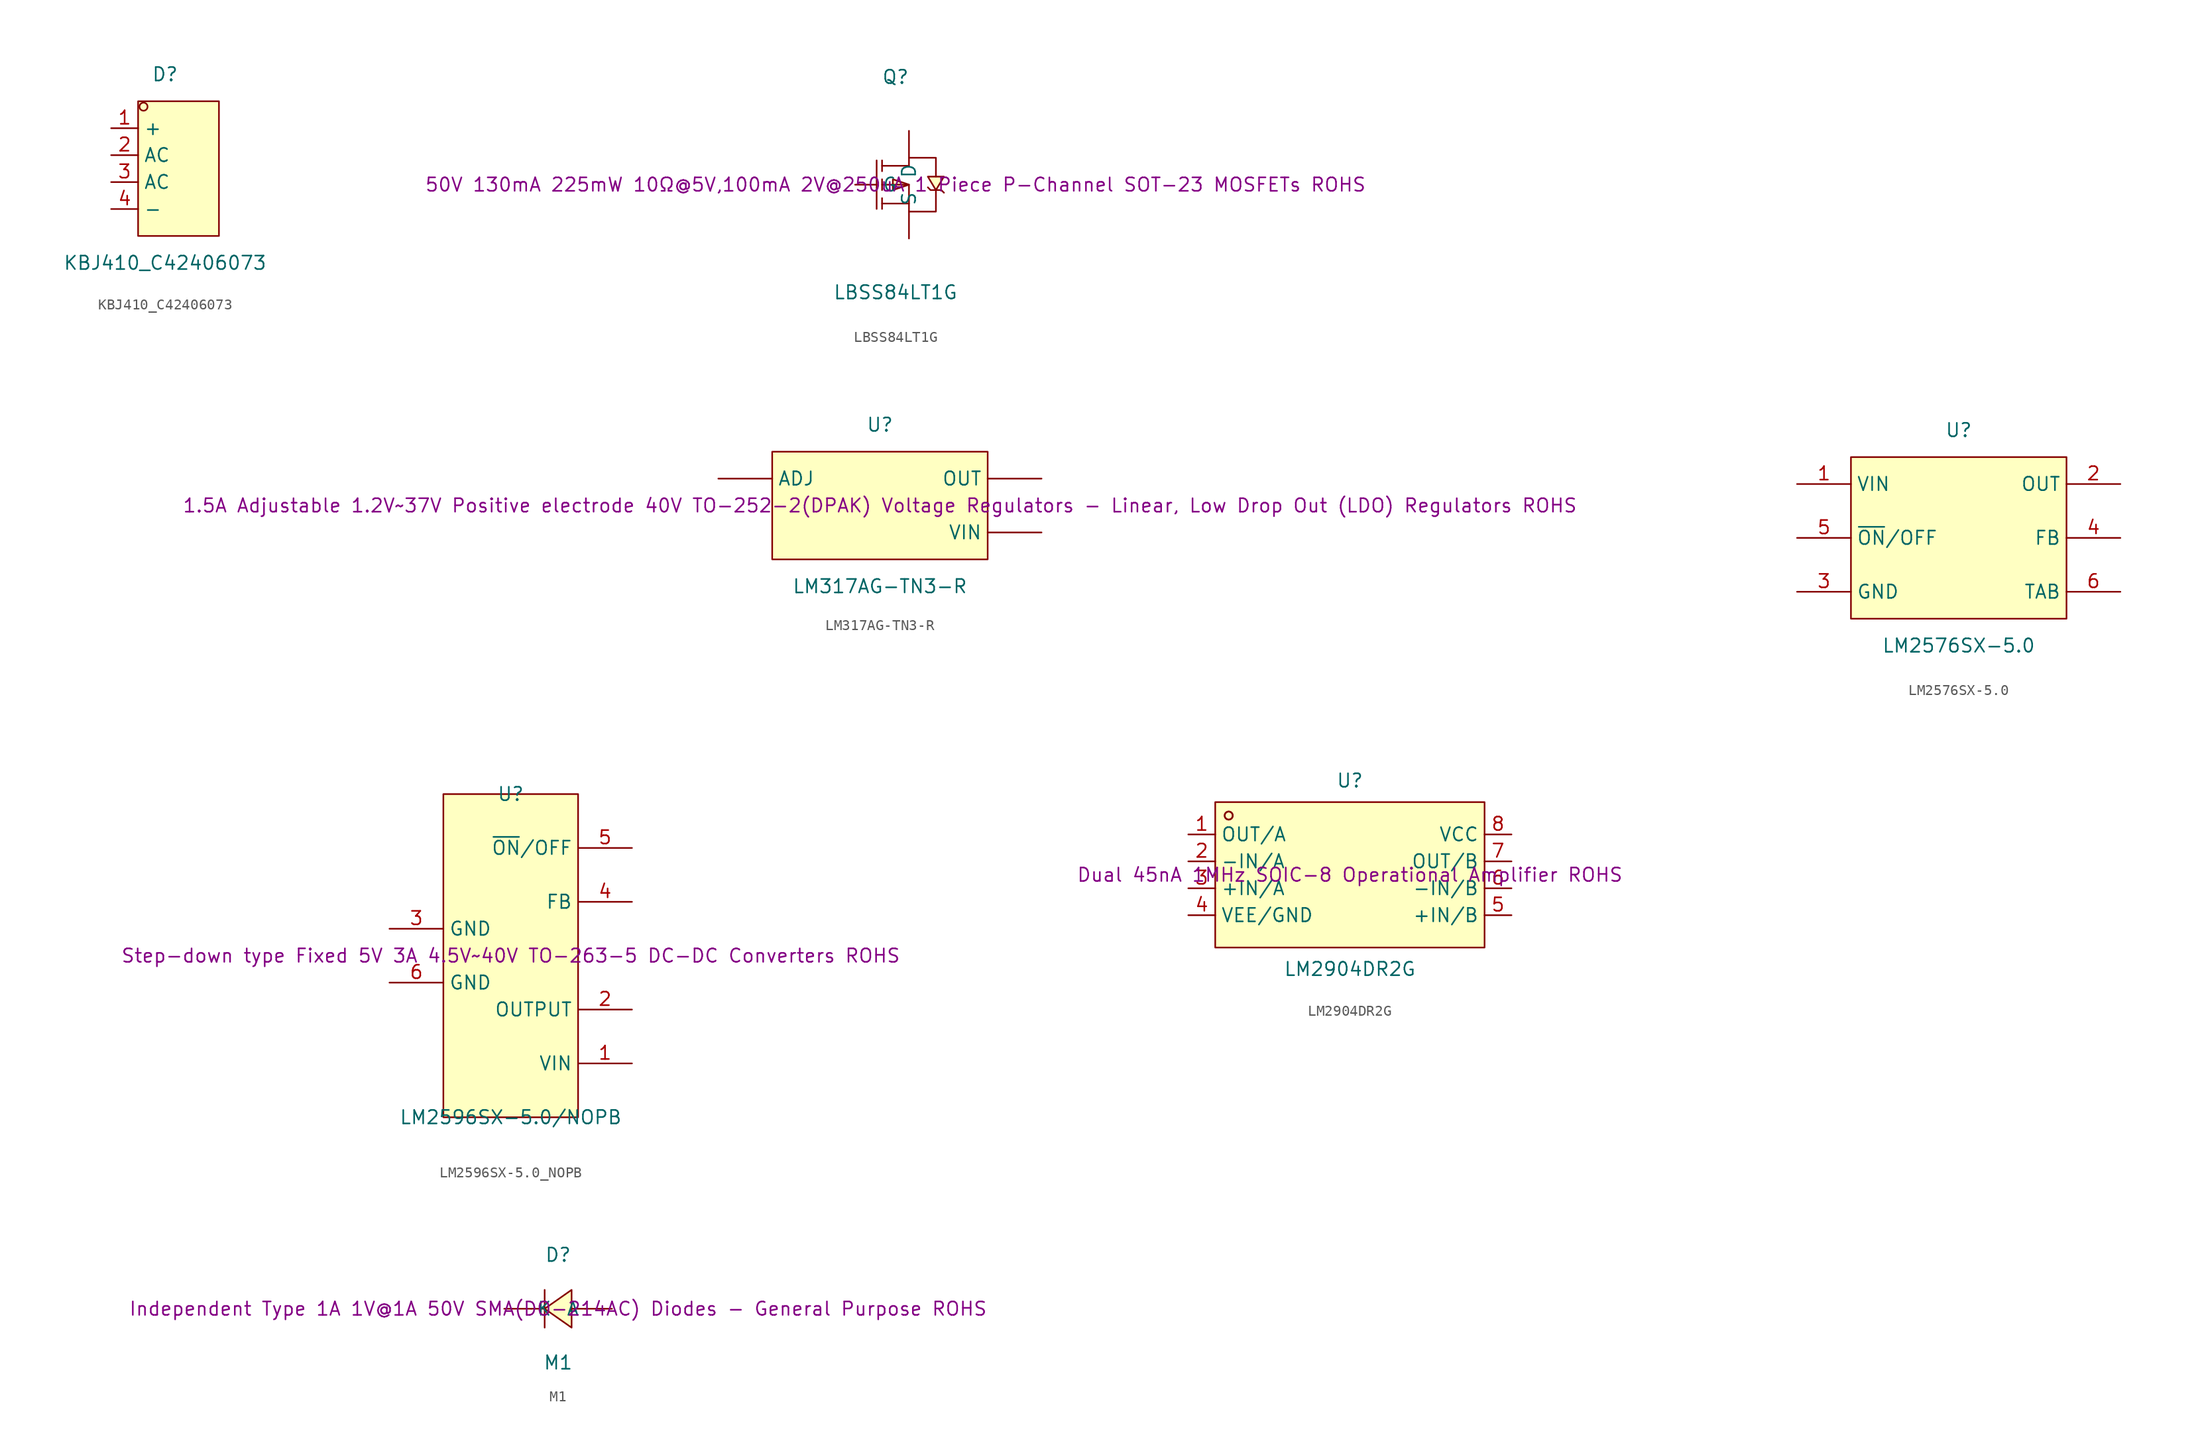
<source format=kicad_sym>
(kicad_symbol_lib
  (version 20241209)
  (generator "kicad_symbol_editor")
  (generator_version "9.0")
  (symbol "KBJ410_C42406073"
    (property "Reference" "D"
      (at 0 10.16 0)
      (effects (font (size 1.27 1.27))))
    (property "Value" "KBJ410_C42406073"
      (at 0 -7.62 0)
      (effects (font (size 1.27 1.27))))
    (symbol "KBJ410_C42406073_0_1"
      (rectangle (start -2.54 7.62) (end 5.08 -5.08) (stroke (width 0) (type default)) (fill (type background)))
      (circle (center -2.03 7.11) (radius 0.38) (stroke (width 0) (type default)) (fill (type none)))
      (pin unspecified line (at -5.08 5.08 0) (length 2.54) (name "+" (effects (font (size 1.27 1.27)))) (number "1" (effects (font (size 1.27 1.27)))))
      (pin unspecified line (at -5.08 2.54 0) (length 2.54) (name "AC" (effects (font (size 1.27 1.27)))) (number "2" (effects (font (size 1.27 1.27)))))
      (pin unspecified line (at -5.08 0 0) (length 2.54) (name "AC" (effects (font (size 1.27 1.27)))) (number "3" (effects (font (size 1.27 1.27)))))
      (pin unspecified line (at -5.08 -2.54 0) (length 2.54) (name "-" (effects (font (size 1.27 1.27)))) (number "4" (effects (font (size 1.27 1.27)))))))
  (symbol "LBSS84LT1G"
    (pin_numbers
      (hide yes))
    (property "Reference" "Q"
      (at 0 10.16 0)
      (effects (font (size 1.27 1.27))))
    (property "Value" "LBSS84LT1G"
      (at 0 -10.16 0)
      (effects (font (size 1.27 1.27))))
    (property "Description" "50V 130mA 225mW 10Ω@5V,100mA 2V@250uA 1 Piece P-Channel SOT-23 MOSFETs ROHS"
      (at 0 0 0)
      (effects (font (size 1.27 1.27))))
    (symbol "LBSS84LT1G_0_1"
      (polyline (pts (xy -1.78 2.29) (xy -1.78 -2.29)) (stroke (width 0) (type default)) (fill (type none)))
      (polyline (pts (xy -1.27 1.27) (xy -1.27 2.29)) (stroke (width 0) (type default)) (fill (type none)))
      (polyline (pts (xy -1.27 0) (xy 1.27 0) (xy 1.27 -2.54)) (stroke (width 0) (type default)) (fill (type none)))
      (polyline (pts (xy -1.27 -0.51) (xy -1.27 0.51)) (stroke (width 0) (type default)) (fill (type none)))
      (polyline (pts (xy -1.27 -2.29) (xy -1.27 -1.27)) (stroke (width 0) (type default)) (fill (type none)))
      (polyline (pts (xy 1.27 1.78) (xy -1.27 1.78)) (stroke (width 0) (type default)) (fill (type none)))
      (polyline (pts (xy 1.27 1.78) (xy 1.27 2.54) (xy 3.81 2.54) (xy 3.81 0.76)) (stroke (width 0) (type default)) (fill (type none)))
      (polyline (pts (xy 1.27 0) (xy -0.25 0.51) (xy -0.25 -0.51) (xy 1.27 0)) (stroke (width 0) (type default)) (fill (type background)))
      (polyline (pts (xy 1.27 -1.78) (xy -1.27 -1.78)) (stroke (width 0) (type default)) (fill (type none)))
      (polyline (pts (xy 1.27 -2.54) (xy 3.81 -2.54) (xy 3.81 -0.51)) (stroke (width 0) (type default)) (fill (type none)))
      (polyline (pts (xy 3.81 -0.51) (xy 4.57 0.76) (xy 3.05 0.76) (xy 3.81 -0.51)) (stroke (width 0) (type default)) (fill (type background)))
      (polyline (pts (xy 4.57 -0.76) (xy 4.32 -0.51) (xy 3.3 -0.51) (xy 3.05 -0.25)) (stroke (width 0) (type default)) (fill (type none)))
      (pin unspecified line (at -3.81 0 0) (length 2.032) (name "G" (effects (font (size 1.27 1.27)))) (number "1" (effects (font (size 1.27 1.27)))))
      (pin unspecified line (at 1.27 5.08 270) (length 2.54) (name "D" (effects (font (size 1.27 1.27)))) (number "3" (effects (font (size 1.27 1.27)))))
      (pin unspecified line (at 1.27 -5.08 90) (length 2.54) (name "S" (effects (font (size 1.27 1.27)))) (number "2" (effects (font (size 1.27 1.27)))))))
  (symbol "LM317AG-TN3-R"
    (pin_numbers
      (hide yes))
    (property "Reference" "U"
      (at 0 7.62 0)
      (effects (font (size 1.27 1.27))))
    (property "Value" "LM317AG-TN3-R"
      (at 0 -7.62 0)
      (effects (font (size 1.27 1.27))))
    (property "Description" "1.5A Adjustable 1.2V~37V Positive electrode 40V TO-252-2(DPAK) Voltage Regulators - Linear, Low Drop Out (LDO) Regulators ROHS"
      (at 0 0 0)
      (effects (font (size 1.27 1.27))))
    (symbol "LM317AG-TN3-R_0_1"
      (rectangle (start -10.16 5.08) (end 10.16 -5.08) (stroke (width 0) (type default)) (fill (type background)))
      (pin unspecified line (at -15.24 2.54 0) (length 5.08) (name "ADJ" (effects (font (size 1.27 1.27)))) (number "1" (effects (font (size 1.27 1.27)))))
      (pin unspecified line (at 15.24 2.54 180) (length 5.08) (name "OUT" (effects (font (size 1.27 1.27)))) (number "4" (effects (font (size 1.27 1.27)))))
      (pin unspecified line (at 15.24 -2.54 180) (length 5.08) (name "VIN" (effects (font (size 1.27 1.27)))) (number "3" (effects (font (size 1.27 1.27)))))))
  (symbol "LM2576SX-5.0"
    (property "Reference" "U"
      (at 0 10.16 0)
      (effects (font (size 1.27 1.27))))
    (property "Value" "LM2576SX-5.0"
      (at 0 -10.16 0)
      (effects (font (size 1.27 1.27))))
    (symbol "LM2576SX-5.0_0_1"
      (rectangle (start -10.16 7.62) (end 10.16 -7.62) (stroke (width 0) (type default)) (fill (type background)))
      (pin power_in line (at -15.24 5.08 0) (length 5.08) (name "VIN" (effects (font (size 1.27 1.27)))) (number "1" (effects (font (size 1.27 1.27)))))
      (pin unspecified line (at -15.24 0 0) (length 5.08) (name "~{ON}/OFF" (effects (font (size 1.27 1.27)))) (number "5" (effects (font (size 1.27 1.27)))))
      (pin power_in line (at -15.24 -5.08 0) (length 5.08) (name "GND" (effects (font (size 1.27 1.27)))) (number "3" (effects (font (size 1.27 1.27)))))
      (pin power_in line (at 15.24 5.08 180) (length 5.08) (name "OUT" (effects (font (size 1.27 1.27)))) (number "2" (effects (font (size 1.27 1.27)))))
      (pin unspecified line (at 15.24 0 180) (length 5.08) (name "FB" (effects (font (size 1.27 1.27)))) (number "4" (effects (font (size 1.27 1.27)))))
      (pin power_in line (at 15.24 -5.08 180) (length 5.08) (name "TAB" (effects (font (size 1.27 1.27)))) (number "6" (effects (font (size 1.27 1.27)))))))
  (symbol "LM2596SX-5.0_NOPB"
    (property "Reference" "U"
      (at 0 15.24 0)
      (effects (font (size 1.27 1.27))))
    (property "Value" "LM2596SX-5.0/NOPB"
      (at 0 -15.24 0)
      (effects (font (size 1.27 1.27))))
    (property "Description" "Step-down type Fixed 5V 3A 4.5V~40V TO-263-5 DC-DC Converters ROHS"
      (at 0 0 0)
      (effects (font (size 1.27 1.27))))
    (symbol "LM2596SX-5.0_NOPB_0_1"
      (rectangle (start -6.35 15.24) (end 6.35 -15.24) (stroke (width 0) (type default)) (fill (type background)))
      (pin unspecified line (at -11.43 2.54 0) (length 5.08) (name "GND" (effects (font (size 1.27 1.27)))) (number "3" (effects (font (size 1.27 1.27)))))
      (pin unspecified line (at -11.43 -2.54 0) (length 5.08) (name "GND" (effects (font (size 1.27 1.27)))) (number "6" (effects (font (size 1.27 1.27)))))
      (pin unspecified line (at 11.43 10.16 180) (length 5.08) (name "~{ON}/OFF" (effects (font (size 1.27 1.27)))) (number "5" (effects (font (size 1.27 1.27)))))
      (pin unspecified line (at 11.43 5.08 180) (length 5.08) (name "FB" (effects (font (size 1.27 1.27)))) (number "4" (effects (font (size 1.27 1.27)))))
      (pin unspecified line (at 11.43 -5.08 180) (length 5.08) (name "OUTPUT" (effects (font (size 1.27 1.27)))) (number "2" (effects (font (size 1.27 1.27)))))
      (pin unspecified line (at 11.43 -10.16 180) (length 5.08) (name "VIN" (effects (font (size 1.27 1.27)))) (number "1" (effects (font (size 1.27 1.27)))))))
  (symbol "LM2904DR2G"
    (property "Reference" "U"
      (at 0 8.89 0)
      (effects (font (size 1.27 1.27))))
    (property "Value" "LM2904DR2G"
      (at 0 -8.89 0)
      (effects (font (size 1.27 1.27))))
    (property "Description" "Dual 45nA 1MHz SOIC-8 Operational Amplifier ROHS"
      (at 0 0 0)
      (effects (font (size 1.27 1.27))))
    (symbol "LM2904DR2G_0_1"
      (rectangle (start -12.7 6.86) (end 12.7 -6.86) (stroke (width 0) (type default)) (fill (type background)))
      (circle (center -11.43 5.59) (radius 0.38) (stroke (width 0) (type default)) (fill (type none)))
      (circle (center -11.43 5.59) (radius 0.38) (stroke (width 0) (type default)) (fill (type none)))
      (pin unspecified line (at -15.24 3.81 0) (length 2.54) (name "OUT/A" (effects (font (size 1.27 1.27)))) (number "1" (effects (font (size 1.27 1.27)))))
      (pin unspecified line (at -15.24 1.27 0) (length 2.54) (name "-IN/A" (effects (font (size 1.27 1.27)))) (number "2" (effects (font (size 1.27 1.27)))))
      (pin unspecified line (at -15.24 -1.27 0) (length 2.54) (name "+IN/A" (effects (font (size 1.27 1.27)))) (number "3" (effects (font (size 1.27 1.27)))))
      (pin unspecified line (at -15.24 -3.81 0) (length 2.54) (name "VEE/GND" (effects (font (size 1.27 1.27)))) (number "4" (effects (font (size 1.27 1.27)))))
      (pin unspecified line (at 15.24 3.81 180) (length 2.54) (name "VCC" (effects (font (size 1.27 1.27)))) (number "8" (effects (font (size 1.27 1.27)))))
      (pin unspecified line (at 15.24 1.27 180) (length 2.54) (name "OUT/B" (effects (font (size 1.27 1.27)))) (number "7" (effects (font (size 1.27 1.27)))))
      (pin unspecified line (at 15.24 -1.27 180) (length 2.54) (name "-IN/B" (effects (font (size 1.27 1.27)))) (number "6" (effects (font (size 1.27 1.27)))))
      (pin unspecified line (at 15.24 -3.81 180) (length 2.54) (name "+IN/B" (effects (font (size 1.27 1.27)))) (number "5" (effects (font (size 1.27 1.27)))))))
  (symbol "M1"
    (pin_numbers
      (hide yes))
    (property "Reference" "D"
      (at 0 5.08 0)
      (effects (font (size 1.27 1.27))))
    (property "Value" "M1"
      (at 0 -5.08 0)
      (effects (font (size 1.27 1.27))))
    (property "Description" "Independent Type 1A 1V@1A 50V SMA(DO-214AC) Diodes - General Purpose ROHS"
      (at 0 0 0)
      (effects (font (size 1.27 1.27))))
    (symbol "M1_0_1"
      (polyline (pts (xy -1.27 1.78) (xy -1.27 -1.78)) (stroke (width 0) (type default)) (fill (type none)))
      (polyline (pts (xy -1.27 0) (xy -2.54 0)) (stroke (width 0) (type default)) (fill (type none)))
      (polyline (pts (xy 1.27 1.78) (xy -1.27 0) (xy 1.27 -1.78) (xy 1.27 1.78)) (stroke (width 0) (type default)) (fill (type background)))
      (polyline (pts (xy 2.54 0) (xy 1.27 0)) (stroke (width 0) (type default)) (fill (type none)))
      (pin unspecified line (at -5.08 0 0) (length 2.54) (name "K" (effects (font (size 1.27 1.27)))) (number "1" (effects (font (size 1.27 1.27)))))
      (pin unspecified line (at 5.08 0 180) (length 2.54) (name "A" (effects (font (size 1.27 1.27)))) (number "2" (effects (font (size 1.27 1.27))))))))
</source>
